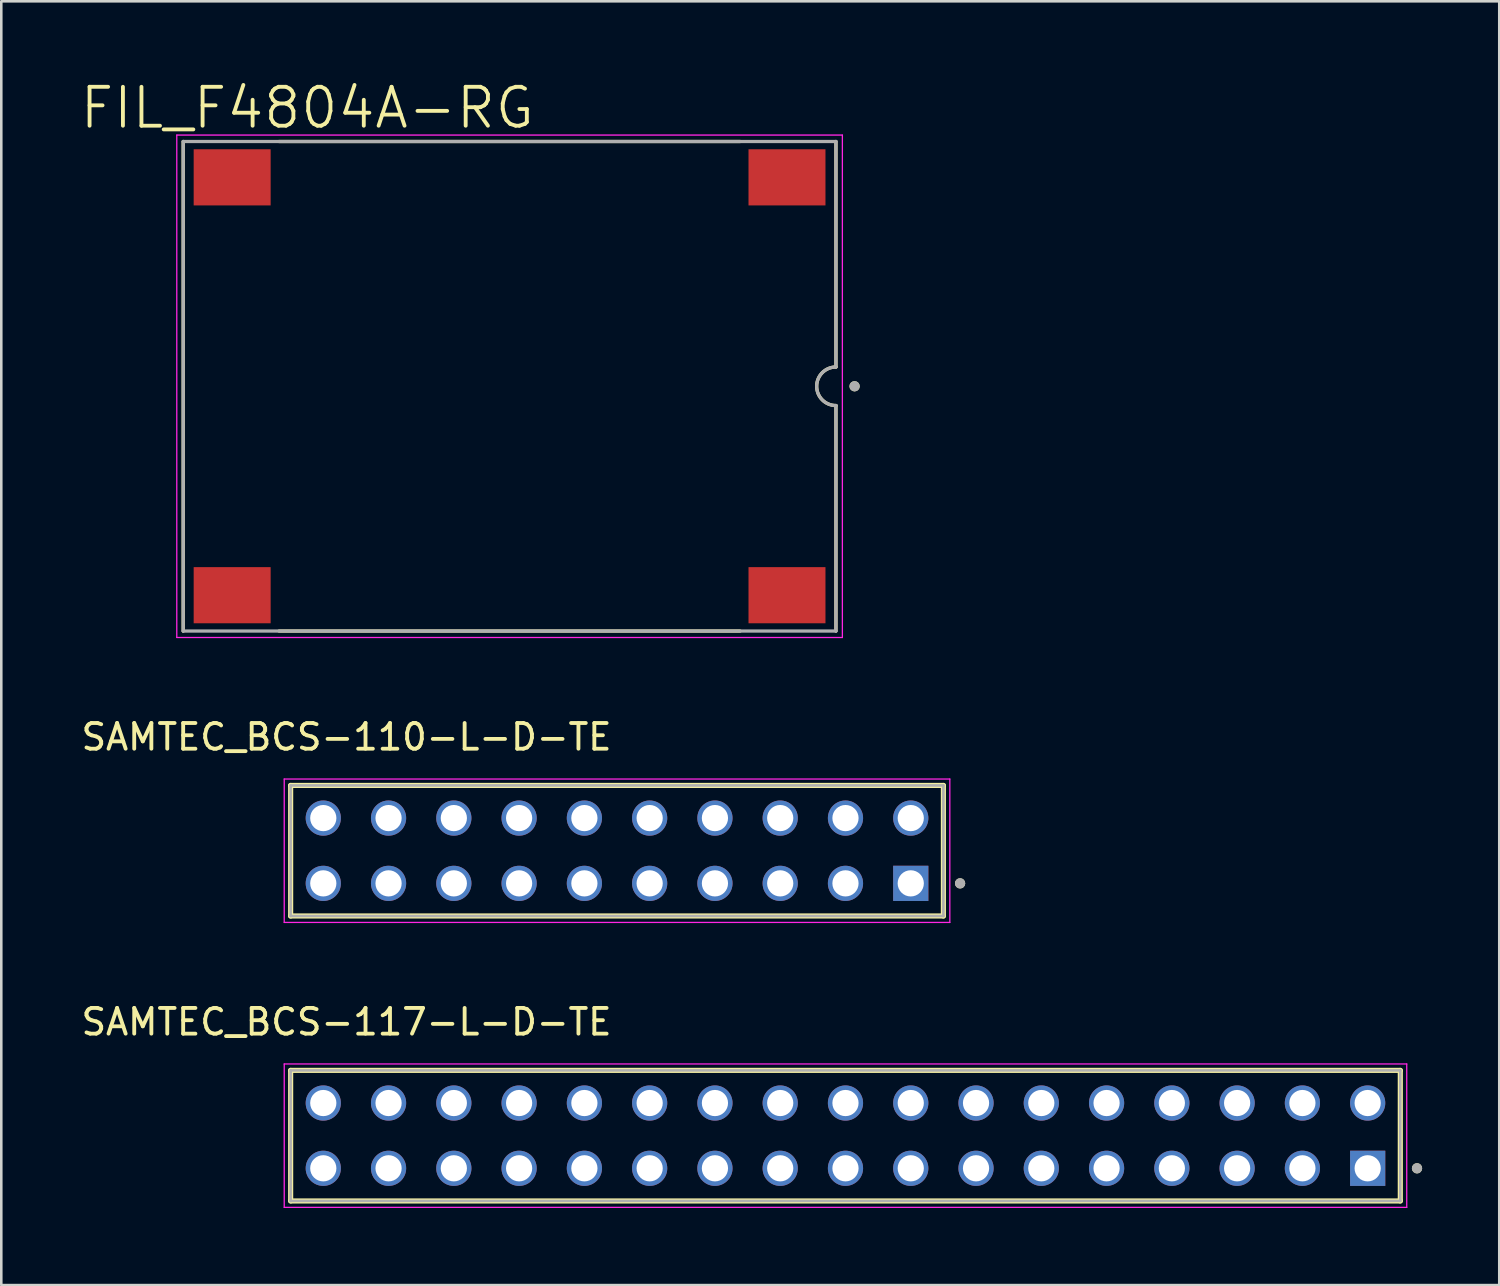
<source format=kicad_pcb>
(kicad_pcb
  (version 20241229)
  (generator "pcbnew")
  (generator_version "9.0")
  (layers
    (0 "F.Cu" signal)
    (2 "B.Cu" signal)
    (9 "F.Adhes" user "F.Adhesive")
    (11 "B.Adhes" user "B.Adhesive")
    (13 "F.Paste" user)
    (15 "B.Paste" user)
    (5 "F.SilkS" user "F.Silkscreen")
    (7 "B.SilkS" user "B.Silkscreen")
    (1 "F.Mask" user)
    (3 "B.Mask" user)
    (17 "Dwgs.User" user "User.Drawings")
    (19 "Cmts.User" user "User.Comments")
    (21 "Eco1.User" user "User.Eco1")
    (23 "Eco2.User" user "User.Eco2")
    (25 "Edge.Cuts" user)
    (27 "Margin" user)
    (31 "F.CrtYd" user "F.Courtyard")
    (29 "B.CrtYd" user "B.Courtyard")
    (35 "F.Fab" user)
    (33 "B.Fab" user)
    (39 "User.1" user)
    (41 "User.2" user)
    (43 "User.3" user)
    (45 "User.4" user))
  (footprint "FIL_F4804A-RG"
    (layer "F.Cu")
    (at 16.779 11.981)
    (property "Reference" "FIL_F4804A-RG" (at -7.872 -10.832 0) (layer "F.SilkS") (effects (font (size 1.514 1.514) (thickness 0.15))))
    (attr smd)
    (fp_line (start -12.7 9.525) (end -12.7 -9.525) (stroke (width 0.127) (type solid)) (layer "F.SilkS"))
    (fp_line (start 8.97 -9.525) (end -8.97 -9.525) (stroke (width 0.127) (type solid)) (layer "F.SilkS"))
    (fp_line (start 8.97 9.525) (end -8.97 9.525) (stroke (width 0.127) (type solid)) (layer "F.SilkS"))
    (fp_line (start 12.7 -0.75) (end 12.7 -9.525) (stroke (width 0.127) (type solid)) (layer "F.SilkS"))
    (fp_line (start 12.7 9.525) (end 12.7 0.75) (stroke (width 0.127) (type solid)) (layer "F.SilkS"))
    (fp_arc (start 12.7 0.75) (mid 11.95 0) (end 12.7 -0.75) (stroke (width 0.127) (type solid)) (layer "F.SilkS"))
    (fp_circle (center 13.425 0) (end 13.525 0) (stroke (width 0.2) (type solid)) (fill no) (layer "F.SilkS"))
    (fp_line (start -12.95 -9.775) (end -12.95 9.775) (stroke (width 0.05) (type solid)) (layer "F.CrtYd"))
    (fp_line (start -12.95 9.775) (end 12.95 9.775) (stroke (width 0.05) (type solid)) (layer "F.CrtYd"))
    (fp_line (start 12.95 -9.775) (end -12.95 -9.775) (stroke (width 0.05) (type solid)) (layer "F.CrtYd"))
    (fp_line (start 12.95 9.775) (end 12.95 -9.775) (stroke (width 0.05) (type solid)) (layer "F.CrtYd"))
    (fp_line (start -12.7 -9.525) (end -12.7 9.525) (stroke (width 0.127) (type solid)) (layer "F.Fab"))
    (fp_line (start -12.7 9.525) (end 12.7 9.525) (stroke (width 0.127) (type solid)) (layer "F.Fab"))
    (fp_line (start 12.7 -9.525) (end -12.7 -9.525) (stroke (width 0.127) (type solid)) (layer "F.Fab"))
    (fp_line (start 12.7 -0.75) (end 12.7 -9.525) (stroke (width 0.127) (type solid)) (layer "F.Fab"))
    (fp_line (start 12.7 9.525) (end 12.7 0.75) (stroke (width 0.127) (type solid)) (layer "F.Fab"))
    (fp_arc (start 12.7 0.75) (mid 11.95 0) (end 12.7 -0.75) (stroke (width 0.127) (type solid)) (layer "F.Fab"))
    (fp_circle (center 13.425 0) (end 13.525 0) (stroke (width 0.2) (type solid)) (fill no) (layer "F.Fab"))
    (pad "+IN" smd rect (at -10.795 -8.13) (size 2.995 2.185) (layers "F.Cu" "F.Mask" "F.Paste"))
    (pad "+OUT" smd rect (at 10.795 -8.13) (size 2.995 2.185) (layers "F.Cu" "F.Mask" "F.Paste"))
    (pad "-IN" smd rect (at -10.795 8.13) (size 2.995 2.185) (layers "F.Cu" "F.Mask" "F.Paste"))
    (pad "-OUT" smd rect (at 10.795 8.13) (size 2.995 2.185) (layers "F.Cu" "F.Mask" "F.Paste")))
  (footprint "SAMTEC_BCS-117-L-D-TE"
    (layer "F.Cu")
    (at 29.85 41.142)
    (property "Reference" "SAMTEC_BCS-117-L-D-TE" (at -19.415 -4.425 0) (layer "F.SilkS") (effects (font (size 1 1) (thickness 0.15))))
    (attr through_hole)
    (fp_line (start -21.59 2.54) (end -21.59 -2.54) (stroke (width 0.2) (type solid)) (layer "F.SilkS"))
    (fp_line (start 21.59 -2.54) (end -21.59 -2.54) (stroke (width 0.2) (type solid)) (layer "F.SilkS"))
    (fp_line (start 21.59 -2.54) (end 21.59 2.54) (stroke (width 0.2) (type solid)) (layer "F.SilkS"))
    (fp_line (start 21.59 2.54) (end -21.59 2.54) (stroke (width 0.2) (type solid)) (layer "F.SilkS"))
    (fp_circle (center 22.24 1.27) (end 22.34 1.27) (stroke (width 0.2) (type solid)) (fill no) (layer "F.SilkS"))
    (fp_line (start -21.84 -2.79) (end 21.84 -2.79) (stroke (width 0.05) (type solid)) (layer "F.CrtYd"))
    (fp_line (start -21.84 2.79) (end -21.84 -2.79) (stroke (width 0.05) (type solid)) (layer "F.CrtYd"))
    (fp_line (start 21.84 -2.79) (end 21.84 2.79) (stroke (width 0.05) (type solid)) (layer "F.CrtYd"))
    (fp_line (start 21.84 2.79) (end -21.84 2.79) (stroke (width 0.05) (type solid)) (layer "F.CrtYd"))
    (fp_line (start -21.59 -2.54) (end 21.59 -2.54) (stroke (width 0.1) (type solid)) (layer "F.Fab"))
    (fp_line (start -21.59 2.54) (end -21.59 -2.54) (stroke (width 0.1) (type solid)) (layer "F.Fab"))
    (fp_line (start 21.59 -2.54) (end 21.59 2.54) (stroke (width 0.1) (type solid)) (layer "F.Fab"))
    (fp_line (start 21.59 2.54) (end -21.59 2.54) (stroke (width 0.1) (type solid)) (layer "F.Fab"))
    (fp_circle (center 22.24 1.27) (end 22.34 1.27) (stroke (width 0.2) (type solid)) (fill no) (layer "F.Fab"))
    (pad "01" thru_hole rect (at 20.32 1.27) (size 1.37 1.37) (drill 1.02) (layers "*.Cu" "*.Mask"))
    (pad "02" thru_hole circle (at 20.32 -1.27) (size 1.37 1.37) (drill 1.02) (layers "*.Cu" "*.Mask"))
    (pad "03" thru_hole circle (at 17.78 1.27) (size 1.37 1.37) (drill 1.02) (layers "*.Cu" "*.Mask"))
    (pad "04" thru_hole circle (at 17.78 -1.27) (size 1.37 1.37) (drill 1.02) (layers "*.Cu" "*.Mask"))
    (pad "05" thru_hole circle (at 15.24 1.27) (size 1.37 1.37) (drill 1.02) (layers "*.Cu" "*.Mask"))
    (pad "06" thru_hole circle (at 15.24 -1.27) (size 1.37 1.37) (drill 1.02) (layers "*.Cu" "*.Mask"))
    (pad "07" thru_hole circle (at 12.7 1.27) (size 1.37 1.37) (drill 1.02) (layers "*.Cu" "*.Mask"))
    (pad "08" thru_hole circle (at 12.7 -1.27) (size 1.37 1.37) (drill 1.02) (layers "*.Cu" "*.Mask"))
    (pad "09" thru_hole circle (at 10.16 1.27) (size 1.37 1.37) (drill 1.02) (layers "*.Cu" "*.Mask"))
    (pad "10" thru_hole circle (at 10.16 -1.27) (size 1.37 1.37) (drill 1.02) (layers "*.Cu" "*.Mask"))
    (pad "11" thru_hole circle (at 7.62 1.27) (size 1.37 1.37) (drill 1.02) (layers "*.Cu" "*.Mask"))
    (pad "12" thru_hole circle (at 7.62 -1.27) (size 1.37 1.37) (drill 1.02) (layers "*.Cu" "*.Mask"))
    (pad "13" thru_hole circle (at 5.08 1.27) (size 1.37 1.37) (drill 1.02) (layers "*.Cu" "*.Mask"))
    (pad "14" thru_hole circle (at 5.08 -1.27) (size 1.37 1.37) (drill 1.02) (layers "*.Cu" "*.Mask"))
    (pad "15" thru_hole circle (at 2.54 1.27) (size 1.37 1.37) (drill 1.02) (layers "*.Cu" "*.Mask"))
    (pad "16" thru_hole circle (at 2.54 -1.27) (size 1.37 1.37) (drill 1.02) (layers "*.Cu" "*.Mask"))
    (pad "17" thru_hole circle (at 0 1.27) (size 1.37 1.37) (drill 1.02) (layers "*.Cu" "*.Mask"))
    (pad "18" thru_hole circle (at 0 -1.27) (size 1.37 1.37) (drill 1.02) (layers "*.Cu" "*.Mask"))
    (pad "19" thru_hole circle (at -2.54 1.27) (size 1.37 1.37) (drill 1.02) (layers "*.Cu" "*.Mask"))
    (pad "20" thru_hole circle (at -2.54 -1.27) (size 1.37 1.37) (drill 1.02) (layers "*.Cu" "*.Mask"))
    (pad "21" thru_hole circle (at -5.08 1.27) (size 1.37 1.37) (drill 1.02) (layers "*.Cu" "*.Mask"))
    (pad "22" thru_hole circle (at -5.08 -1.27) (size 1.37 1.37) (drill 1.02) (layers "*.Cu" "*.Mask"))
    (pad "23" thru_hole circle (at -7.62 1.27) (size 1.37 1.37) (drill 1.02) (layers "*.Cu" "*.Mask"))
    (pad "24" thru_hole circle (at -7.62 -1.27) (size 1.37 1.37) (drill 1.02) (layers "*.Cu" "*.Mask"))
    (pad "25" thru_hole circle (at -10.16 1.27) (size 1.37 1.37) (drill 1.02) (layers "*.Cu" "*.Mask"))
    (pad "26" thru_hole circle (at -10.16 -1.27) (size 1.37 1.37) (drill 1.02) (layers "*.Cu" "*.Mask"))
    (pad "27" thru_hole circle (at -12.7 1.27) (size 1.37 1.37) (drill 1.02) (layers "*.Cu" "*.Mask"))
    (pad "28" thru_hole circle (at -12.7 -1.27) (size 1.37 1.37) (drill 1.02) (layers "*.Cu" "*.Mask"))
    (pad "29" thru_hole circle (at -15.24 1.27) (size 1.37 1.37) (drill 1.02) (layers "*.Cu" "*.Mask"))
    (pad "30" thru_hole circle (at -15.24 -1.27) (size 1.37 1.37) (drill 1.02) (layers "*.Cu" "*.Mask"))
    (pad "31" thru_hole circle (at -17.78 1.27) (size 1.37 1.37) (drill 1.02) (layers "*.Cu" "*.Mask"))
    (pad "32" thru_hole circle (at -17.78 -1.27) (size 1.37 1.37) (drill 1.02) (layers "*.Cu" "*.Mask"))
    (pad "33" thru_hole circle (at -20.32 1.27) (size 1.37 1.37) (drill 1.02) (layers "*.Cu" "*.Mask"))
    (pad "34" thru_hole circle (at -20.32 -1.27) (size 1.37 1.37) (drill 1.02) (layers "*.Cu" "*.Mask")))
  (footprint "SAMTEC_BCS-110-L-D-TE"
    (layer "F.Cu")
    (at 20.96 30.054)
    (property "Reference" "SAMTEC_BCS-110-L-D-TE" (at -10.525 -4.425 0) (layer "F.SilkS") (effects (font (size 1 1) (thickness 0.15))))
    (attr through_hole)
    (fp_line (start -12.7 2.54) (end -12.7 -2.54) (stroke (width 0.2) (type solid)) (layer "F.SilkS"))
    (fp_line (start 12.7 -2.54) (end -12.7 -2.54) (stroke (width 0.2) (type solid)) (layer "F.SilkS"))
    (fp_line (start 12.7 -2.54) (end 12.7 2.54) (stroke (width 0.2) (type solid)) (layer "F.SilkS"))
    (fp_line (start 12.7 2.54) (end -12.7 2.54) (stroke (width 0.2) (type solid)) (layer "F.SilkS"))
    (fp_circle (center 13.35 1.27) (end 13.45 1.27) (stroke (width 0.2) (type solid)) (fill no) (layer "F.SilkS"))
    (fp_line (start -12.95 -2.79) (end 12.95 -2.79) (stroke (width 0.05) (type solid)) (layer "F.CrtYd"))
    (fp_line (start -12.95 2.79) (end -12.95 -2.79) (stroke (width 0.05) (type solid)) (layer "F.CrtYd"))
    (fp_line (start 12.95 -2.79) (end 12.95 2.79) (stroke (width 0.05) (type solid)) (layer "F.CrtYd"))
    (fp_line (start 12.95 2.79) (end -12.95 2.79) (stroke (width 0.05) (type solid)) (layer "F.CrtYd"))
    (fp_line (start -12.7 -2.54) (end 12.7 -2.54) (stroke (width 0.1) (type solid)) (layer "F.Fab"))
    (fp_line (start -12.7 2.54) (end -12.7 -2.54) (stroke (width 0.1) (type solid)) (layer "F.Fab"))
    (fp_line (start 12.7 -2.54) (end 12.7 2.54) (stroke (width 0.1) (type solid)) (layer "F.Fab"))
    (fp_line (start 12.7 2.54) (end -12.7 2.54) (stroke (width 0.1) (type solid)) (layer "F.Fab"))
    (fp_circle (center 13.35 1.27) (end 13.45 1.27) (stroke (width 0.2) (type solid)) (fill no) (layer "F.Fab"))
    (pad "01" thru_hole rect (at 11.43 1.27) (size 1.37 1.37) (drill 1.02) (layers "*.Cu" "*.Mask"))
    (pad "02" thru_hole circle (at 11.43 -1.27) (size 1.37 1.37) (drill 1.02) (layers "*.Cu" "*.Mask"))
    (pad "03" thru_hole circle (at 8.89 1.27) (size 1.37 1.37) (drill 1.02) (layers "*.Cu" "*.Mask"))
    (pad "04" thru_hole circle (at 8.89 -1.27) (size 1.37 1.37) (drill 1.02) (layers "*.Cu" "*.Mask"))
    (pad "05" thru_hole circle (at 6.35 1.27) (size 1.37 1.37) (drill 1.02) (layers "*.Cu" "*.Mask"))
    (pad "06" thru_hole circle (at 6.35 -1.27) (size 1.37 1.37) (drill 1.02) (layers "*.Cu" "*.Mask"))
    (pad "07" thru_hole circle (at 3.81 1.27) (size 1.37 1.37) (drill 1.02) (layers "*.Cu" "*.Mask"))
    (pad "08" thru_hole circle (at 3.81 -1.27) (size 1.37 1.37) (drill 1.02) (layers "*.Cu" "*.Mask"))
    (pad "09" thru_hole circle (at 1.27 1.27) (size 1.37 1.37) (drill 1.02) (layers "*.Cu" "*.Mask"))
    (pad "10" thru_hole circle (at 1.27 -1.27) (size 1.37 1.37) (drill 1.02) (layers "*.Cu" "*.Mask"))
    (pad "11" thru_hole circle (at -1.27 1.27) (size 1.37 1.37) (drill 1.02) (layers "*.Cu" "*.Mask"))
    (pad "12" thru_hole circle (at -1.27 -1.27) (size 1.37 1.37) (drill 1.02) (layers "*.Cu" "*.Mask"))
    (pad "13" thru_hole circle (at -3.81 1.27) (size 1.37 1.37) (drill 1.02) (layers "*.Cu" "*.Mask"))
    (pad "14" thru_hole circle (at -3.81 -1.27) (size 1.37 1.37) (drill 1.02) (layers "*.Cu" "*.Mask"))
    (pad "15" thru_hole circle (at -6.35 1.27) (size 1.37 1.37) (drill 1.02) (layers "*.Cu" "*.Mask"))
    (pad "16" thru_hole circle (at -6.35 -1.27) (size 1.37 1.37) (drill 1.02) (layers "*.Cu" "*.Mask"))
    (pad "17" thru_hole circle (at -8.89 1.27) (size 1.37 1.37) (drill 1.02) (layers "*.Cu" "*.Mask"))
    (pad "18" thru_hole circle (at -8.89 -1.27) (size 1.37 1.37) (drill 1.02) (layers "*.Cu" "*.Mask"))
    (pad "19" thru_hole circle (at -11.43 1.27) (size 1.37 1.37) (drill 1.02) (layers "*.Cu" "*.Mask"))
    (pad "20" thru_hole circle (at -11.43 -1.27) (size 1.37 1.37) (drill 1.02) (layers "*.Cu" "*.Mask")))
  (gr_rect
    (start -3 -3)
    (end 55.29 46.957)
    (stroke (width 0.1) (type default))
    (fill no)
    (layer "Edge.Cuts")))
</source>
